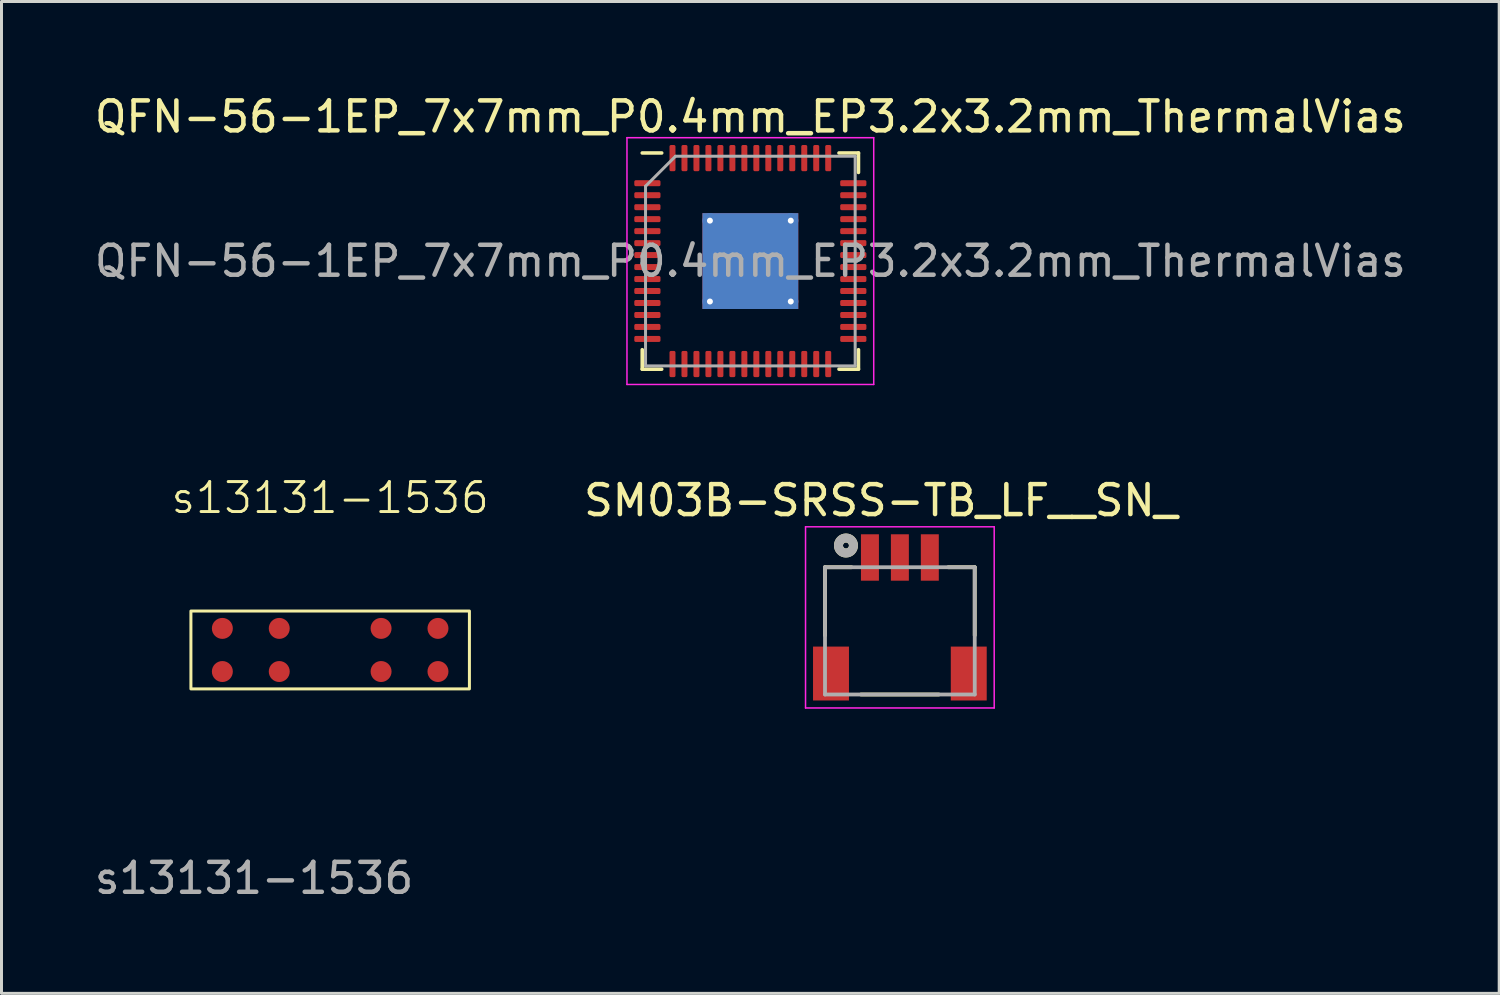
<source format=kicad_pcb>
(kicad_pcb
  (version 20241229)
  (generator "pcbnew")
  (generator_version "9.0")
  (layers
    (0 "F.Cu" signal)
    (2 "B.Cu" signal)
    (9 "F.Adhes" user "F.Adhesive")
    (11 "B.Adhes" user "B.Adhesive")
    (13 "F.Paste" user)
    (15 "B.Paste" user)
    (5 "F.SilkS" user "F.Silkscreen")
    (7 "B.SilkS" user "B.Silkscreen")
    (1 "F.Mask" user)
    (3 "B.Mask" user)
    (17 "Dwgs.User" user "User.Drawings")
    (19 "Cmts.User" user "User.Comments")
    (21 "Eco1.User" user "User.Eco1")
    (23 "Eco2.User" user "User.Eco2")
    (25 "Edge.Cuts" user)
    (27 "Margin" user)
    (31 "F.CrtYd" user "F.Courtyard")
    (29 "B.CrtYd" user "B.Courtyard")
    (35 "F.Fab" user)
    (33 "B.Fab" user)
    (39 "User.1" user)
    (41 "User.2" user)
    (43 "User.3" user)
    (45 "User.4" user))
  (footprint "s13131-1536"
    (layer "F.Cu")
    (at 7.975 18.654)
    (property "Reference" "s13131-1536" (at 0 -5.08 0) (unlocked yes) (layer "F.SilkS") (effects (font (size 1 1) (thickness 0.1))))
    (attr smd)
    (fp_rect (start -4.65 -1.3) (end 4.65 1.3) (stroke (width 0.1) (type default)) (fill no) (layer "F.SilkS"))
    (fp_text user "${REFERENCE}" (at -2.54 7.62 0) (unlocked yes) (layer "F.Fab") (effects (font (size 1 1) (thickness 0.15))))
    (pad "1" smd circle (at -3.6 0.72) (size 0.7 0.7) (layers "F.Cu" "F.Mask" "F.Paste"))
    (pad "2" smd circle (at -1.7 0.72) (size 0.7 0.7) (layers "F.Cu" "F.Mask" "F.Paste"))
    (pad "3" smd circle (at 1.7 0.72) (size 0.7 0.7) (layers "F.Cu" "F.Mask" "F.Paste"))
    (pad "4" smd circle (at 3.6 0.72) (size 0.7 0.7) (layers "F.Cu" "F.Mask" "F.Paste"))
    (pad "5" smd circle (at 3.6 -0.72) (size 0.7 0.7) (layers "F.Cu" "F.Mask" "F.Paste"))
    (pad "6" smd circle (at 1.7 -0.72) (size 0.7 0.7) (layers "F.Cu" "F.Mask" "F.Paste"))
    (pad "7" smd circle (at -1.7 -0.72) (size 0.7 0.7) (layers "F.Cu" "F.Mask" "F.Paste"))
    (pad "8" smd circle (at -3.6 -0.72) (size 0.7 0.7) (layers "F.Cu" "F.Mask" "F.Paste")))
  (footprint "SM03B-SRSS-TB_LF__SN_"
    (layer "F.Cu")
    (at 26.999 15.566)
    (property "Reference" "SM03B-SRSS-TB_LF__SN_" (at -0.635 -1.905 0) (layer "F.SilkS") (effects (font (size 1 1) (thickness 0.15))))
    (attr smd)
    (fp_line (start -2.5 0.325) (end -2.5 2.6) (stroke (width 0.127) (type solid)) (layer "F.SilkS"))
    (fp_line (start -1.615 0.325) (end -2.5 0.325) (stroke (width 0.127) (type solid)) (layer "F.SilkS"))
    (fp_line (start -1.3 4.575) (end 1.3 4.575) (stroke (width 0.127) (type solid)) (layer "F.SilkS"))
    (fp_line (start 2.5 0.325) (end 1.615 0.325) (stroke (width 0.127) (type solid)) (layer "F.SilkS"))
    (fp_line (start 2.5 2.6) (end 2.5 0.325) (stroke (width 0.127) (type solid)) (layer "F.SilkS"))
    (fp_circle (center -1.8 -0.4) (end -1.7 -0.4) (stroke (width 0.3) (type solid)) (fill no) (layer "F.SilkS"))
    (fp_line (start -3.15 -1.025) (end 3.15 -1.025) (stroke (width 0.05) (type solid)) (layer "F.CrtYd"))
    (fp_line (start -3.15 5.025) (end -3.15 -1.025) (stroke (width 0.05) (type solid)) (layer "F.CrtYd"))
    (fp_line (start 3.15 -1.025) (end 3.15 5.025) (stroke (width 0.05) (type solid)) (layer "F.CrtYd"))
    (fp_line (start 3.15 5.025) (end -3.15 5.025) (stroke (width 0.05) (type solid)) (layer "F.CrtYd"))
    (fp_line (start -2.5 0.325) (end 2.5 0.325) (stroke (width 0.127) (type solid)) (layer "F.Fab"))
    (fp_line (start -2.5 4.575) (end -2.5 0.325) (stroke (width 0.127) (type solid)) (layer "F.Fab"))
    (fp_line (start 2.5 0.325) (end 2.5 4.575) (stroke (width 0.127) (type solid)) (layer "F.Fab"))
    (fp_line (start 2.5 4.575) (end -2.5 4.575) (stroke (width 0.127) (type solid)) (layer "F.Fab"))
    (fp_circle (center -1.8 -0.4) (end -1.7 -0.4) (stroke (width 0.3) (type solid)) (fill no) (layer "F.Fab"))
    (pad "1" smd rect (at -1 0 90) (size 1.55 0.6) (layers "F.Cu" "F.Mask" "F.Paste"))
    (pad "2" smd rect (at 0 0 90) (size 1.55 0.6) (layers "F.Cu" "F.Mask" "F.Paste"))
    (pad "3" smd rect (at 1 0 90) (size 1.55 0.6) (layers "F.Cu" "F.Mask" "F.Paste"))
    (pad "S1" smd rect (at -2.3 3.875 180) (size 1.2 1.8) (layers "F.Cu" "F.Mask" "F.Paste"))
    (pad "S2" smd rect (at 2.3 3.875 180) (size 1.2 1.8) (layers "F.Cu" "F.Mask" "F.Paste")))
  (footprint "QFN-56-1EP_7x7mm_P0.4mm_EP3.2x3.2mm_ThermalVias"
    (layer "F.Cu")
    (at 22.006 5.668)
    (property "Reference" "QFN-56-1EP_7x7mm_P0.4mm_EP3.2x3.2mm_ThermalVias" (at 0 -4.82 0) (layer "F.SilkS") (effects (font (size 1 1) (thickness 0.15))))
    (attr smd)
    (fp_line (start -3.61 3.61) (end -3.61 2.96) (stroke (width 0.12) (type solid)) (layer "F.SilkS"))
    (fp_line (start -2.96 -3.61) (end -3.61 -3.61) (stroke (width 0.12) (type solid)) (layer "F.SilkS"))
    (fp_line (start -2.96 3.61) (end -3.61 3.61) (stroke (width 0.12) (type solid)) (layer "F.SilkS"))
    (fp_line (start 2.96 -3.61) (end 3.61 -3.61) (stroke (width 0.12) (type solid)) (layer "F.SilkS"))
    (fp_line (start 2.96 3.61) (end 3.61 3.61) (stroke (width 0.12) (type solid)) (layer "F.SilkS"))
    (fp_line (start 3.61 -3.61) (end 3.61 -2.96) (stroke (width 0.12) (type solid)) (layer "F.SilkS"))
    (fp_line (start 3.61 3.61) (end 3.61 2.96) (stroke (width 0.12) (type solid)) (layer "F.SilkS"))
    (fp_line (start -4.12 -4.12) (end -4.12 4.12) (stroke (width 0.05) (type solid)) (layer "F.CrtYd"))
    (fp_line (start -4.12 4.12) (end 4.12 4.12) (stroke (width 0.05) (type solid)) (layer "F.CrtYd"))
    (fp_line (start 4.12 -4.12) (end -4.12 -4.12) (stroke (width 0.05) (type solid)) (layer "F.CrtYd"))
    (fp_line (start 4.12 4.12) (end 4.12 -4.12) (stroke (width 0.05) (type solid)) (layer "F.CrtYd"))
    (fp_line (start -3.5 -2.5) (end -2.5 -3.5) (stroke (width 0.1) (type solid)) (layer "F.Fab"))
    (fp_line (start -3.5 3.5) (end -3.5 -2.5) (stroke (width 0.1) (type solid)) (layer "F.Fab"))
    (fp_line (start -2.5 -3.5) (end 3.5 -3.5) (stroke (width 0.1) (type solid)) (layer "F.Fab"))
    (fp_line (start 3.5 -3.5) (end 3.5 3.5) (stroke (width 0.1) (type solid)) (layer "F.Fab"))
    (fp_line (start 3.5 3.5) (end -3.5 3.5) (stroke (width 0.1) (type solid)) (layer "F.Fab"))
    (fp_text user "${REFERENCE}" (at 0 0 0) (layer "F.Fab") (effects (font (size 1 1) (thickness 0.15))))
    (pad "" smd custom (at -0.675 -0.675) (size 1.118 1.118) (layers "F.Paste") (options (anchor circle)) (primitives (gr_poly (pts (xy -0.498 -0.397) (xy -0.397 -0.498) (xy 0.498 -0.498) (xy 0.498 0.498) (xy -0.498 0.498)) (width 0.244) (fill yes))))
    (pad "" smd custom (at -0.675 0.675) (size 1.118 1.118) (layers "F.Paste") (options (anchor circle)) (primitives (gr_poly (pts (xy -0.498 -0.498) (xy 0.498 -0.498) (xy 0.498 0.498) (xy -0.397 0.498) (xy -0.498 0.397)) (width 0.244) (fill yes))))
    (pad "" smd custom (at 0.675 -0.675) (size 1.118 1.118) (layers "F.Paste") (options (anchor circle)) (primitives (gr_poly (pts (xy -0.498 -0.498) (xy 0.397 -0.498) (xy 0.498 -0.397) (xy 0.498 0.498) (xy -0.498 0.498)) (width 0.244) (fill yes))))
    (pad "" smd custom (at 0.675 0.675) (size 1.118 1.118) (layers "F.Paste") (options (anchor circle)) (primitives (gr_poly (pts (xy -0.498 -0.498) (xy 0.498 -0.498) (xy 0.498 0.397) (xy 0.397 0.498) (xy -0.498 0.498)) (width 0.244) (fill yes))))
    (pad "1" smd roundrect (at -3.438 -2.6) (size 0.875 0.2) (layers "F.Cu" "F.Mask" "F.Paste") (roundrect_rratio 0.25))
    (pad "2" smd roundrect (at -3.438 -2.2) (size 0.875 0.2) (layers "F.Cu" "F.Mask" "F.Paste") (roundrect_rratio 0.25))
    (pad "3" smd roundrect (at -3.438 -1.8) (size 0.875 0.2) (layers "F.Cu" "F.Mask" "F.Paste") (roundrect_rratio 0.25))
    (pad "4" smd roundrect (at -3.438 -1.4) (size 0.875 0.2) (layers "F.Cu" "F.Mask" "F.Paste") (roundrect_rratio 0.25))
    (pad "5" smd roundrect (at -3.438 -1) (size 0.875 0.2) (layers "F.Cu" "F.Mask" "F.Paste") (roundrect_rratio 0.25))
    (pad "6" smd roundrect (at -3.438 -0.6) (size 0.875 0.2) (layers "F.Cu" "F.Mask" "F.Paste") (roundrect_rratio 0.25))
    (pad "7" smd roundrect (at -3.438 -0.2) (size 0.875 0.2) (layers "F.Cu" "F.Mask" "F.Paste") (roundrect_rratio 0.25))
    (pad "8" smd roundrect (at -3.438 0.2) (size 0.875 0.2) (layers "F.Cu" "F.Mask" "F.Paste") (roundrect_rratio 0.25))
    (pad "9" smd roundrect (at -3.438 0.6) (size 0.875 0.2) (layers "F.Cu" "F.Mask" "F.Paste") (roundrect_rratio 0.25))
    (pad "10" smd roundrect (at -3.438 1) (size 0.875 0.2) (layers "F.Cu" "F.Mask" "F.Paste") (roundrect_rratio 0.25))
    (pad "11" smd roundrect (at -3.438 1.4) (size 0.875 0.2) (layers "F.Cu" "F.Mask" "F.Paste") (roundrect_rratio 0.25))
    (pad "12" smd roundrect (at -3.438 1.8) (size 0.875 0.2) (layers "F.Cu" "F.Mask" "F.Paste") (roundrect_rratio 0.25))
    (pad "13" smd roundrect (at -3.438 2.2) (size 0.875 0.2) (layers "F.Cu" "F.Mask" "F.Paste") (roundrect_rratio 0.25))
    (pad "14" smd roundrect (at -3.438 2.6) (size 0.875 0.2) (layers "F.Cu" "F.Mask" "F.Paste") (roundrect_rratio 0.25))
    (pad "15" smd roundrect (at -2.6 3.438) (size 0.2 0.875) (layers "F.Cu" "F.Mask" "F.Paste") (roundrect_rratio 0.25))
    (pad "16" smd roundrect (at -2.2 3.438) (size 0.2 0.875) (layers "F.Cu" "F.Mask" "F.Paste") (roundrect_rratio 0.25))
    (pad "17" smd roundrect (at -1.8 3.438) (size 0.2 0.875) (layers "F.Cu" "F.Mask" "F.Paste") (roundrect_rratio 0.25))
    (pad "18" smd roundrect (at -1.4 3.438) (size 0.2 0.875) (layers "F.Cu" "F.Mask" "F.Paste") (roundrect_rratio 0.25))
    (pad "19" smd roundrect (at -1 3.438) (size 0.2 0.875) (layers "F.Cu" "F.Mask" "F.Paste") (roundrect_rratio 0.25))
    (pad "20" smd roundrect (at -0.6 3.438) (size 0.2 0.875) (layers "F.Cu" "F.Mask" "F.Paste") (roundrect_rratio 0.25))
    (pad "21" smd roundrect (at -0.2 3.438) (size 0.2 0.875) (layers "F.Cu" "F.Mask" "F.Paste") (roundrect_rratio 0.25))
    (pad "22" smd roundrect (at 0.2 3.438) (size 0.2 0.875) (layers "F.Cu" "F.Mask" "F.Paste") (roundrect_rratio 0.25))
    (pad "23" smd roundrect (at 0.6 3.438) (size 0.2 0.875) (layers "F.Cu" "F.Mask" "F.Paste") (roundrect_rratio 0.25))
    (pad "24" smd roundrect (at 1 3.438) (size 0.2 0.875) (layers "F.Cu" "F.Mask" "F.Paste") (roundrect_rratio 0.25))
    (pad "25" smd roundrect (at 1.4 3.438) (size 0.2 0.875) (layers "F.Cu" "F.Mask" "F.Paste") (roundrect_rratio 0.25))
    (pad "26" smd roundrect (at 1.8 3.438) (size 0.2 0.875) (layers "F.Cu" "F.Mask" "F.Paste") (roundrect_rratio 0.25))
    (pad "27" smd roundrect (at 2.2 3.438) (size 0.2 0.875) (layers "F.Cu" "F.Mask" "F.Paste") (roundrect_rratio 0.25))
    (pad "28" smd roundrect (at 2.6 3.438) (size 0.2 0.875) (layers "F.Cu" "F.Mask" "F.Paste") (roundrect_rratio 0.25))
    (pad "29" smd roundrect (at 3.438 2.6) (size 0.875 0.2) (layers "F.Cu" "F.Mask" "F.Paste") (roundrect_rratio 0.25))
    (pad "30" smd roundrect (at 3.438 2.2) (size 0.875 0.2) (layers "F.Cu" "F.Mask" "F.Paste") (roundrect_rratio 0.25))
    (pad "31" smd roundrect (at 3.438 1.8) (size 0.875 0.2) (layers "F.Cu" "F.Mask" "F.Paste") (roundrect_rratio 0.25))
    (pad "32" smd roundrect (at 3.438 1.4) (size 0.875 0.2) (layers "F.Cu" "F.Mask" "F.Paste") (roundrect_rratio 0.25))
    (pad "33" smd roundrect (at 3.438 1) (size 0.875 0.2) (layers "F.Cu" "F.Mask" "F.Paste") (roundrect_rratio 0.25))
    (pad "34" smd roundrect (at 3.438 0.6) (size 0.875 0.2) (layers "F.Cu" "F.Mask" "F.Paste") (roundrect_rratio 0.25))
    (pad "35" smd roundrect (at 3.438 0.2) (size 0.875 0.2) (layers "F.Cu" "F.Mask" "F.Paste") (roundrect_rratio 0.25))
    (pad "36" smd roundrect (at 3.438 -0.2) (size 0.875 0.2) (layers "F.Cu" "F.Mask" "F.Paste") (roundrect_rratio 0.25))
    (pad "37" smd roundrect (at 3.438 -0.6) (size 0.875 0.2) (layers "F.Cu" "F.Mask" "F.Paste") (roundrect_rratio 0.25))
    (pad "38" smd roundrect (at 3.438 -1) (size 0.875 0.2) (layers "F.Cu" "F.Mask" "F.Paste") (roundrect_rratio 0.25))
    (pad "39" smd roundrect (at 3.438 -1.4) (size 0.875 0.2) (layers "F.Cu" "F.Mask" "F.Paste") (roundrect_rratio 0.25))
    (pad "40" smd roundrect (at 3.438 -1.8) (size 0.875 0.2) (layers "F.Cu" "F.Mask" "F.Paste") (roundrect_rratio 0.25))
    (pad "41" smd roundrect (at 3.438 -2.2) (size 0.875 0.2) (layers "F.Cu" "F.Mask" "F.Paste") (roundrect_rratio 0.25))
    (pad "42" smd roundrect (at 3.438 -2.6) (size 0.875 0.2) (layers "F.Cu" "F.Mask" "F.Paste") (roundrect_rratio 0.25))
    (pad "43" smd roundrect (at 2.6 -3.438) (size 0.2 0.875) (layers "F.Cu" "F.Mask" "F.Paste") (roundrect_rratio 0.25))
    (pad "44" smd roundrect (at 2.2 -3.438) (size 0.2 0.875) (layers "F.Cu" "F.Mask" "F.Paste") (roundrect_rratio 0.25))
    (pad "45" smd roundrect (at 1.8 -3.438) (size 0.2 0.875) (layers "F.Cu" "F.Mask" "F.Paste") (roundrect_rratio 0.25))
    (pad "46" smd roundrect (at 1.4 -3.438) (size 0.2 0.875) (layers "F.Cu" "F.Mask" "F.Paste") (roundrect_rratio 0.25))
    (pad "47" smd roundrect (at 1 -3.438) (size 0.2 0.875) (layers "F.Cu" "F.Mask" "F.Paste") (roundrect_rratio 0.25))
    (pad "48" smd roundrect (at 0.6 -3.438) (size 0.2 0.875) (layers "F.Cu" "F.Mask" "F.Paste") (roundrect_rratio 0.25))
    (pad "49" smd roundrect (at 0.2 -3.438) (size 0.2 0.875) (layers "F.Cu" "F.Mask" "F.Paste") (roundrect_rratio 0.25))
    (pad "50" smd roundrect (at -0.2 -3.438) (size 0.2 0.875) (layers "F.Cu" "F.Mask" "F.Paste") (roundrect_rratio 0.25))
    (pad "51" smd roundrect (at -0.6 -3.438) (size 0.2 0.875) (layers "F.Cu" "F.Mask" "F.Paste") (roundrect_rratio 0.25))
    (pad "52" smd roundrect (at -1 -3.438) (size 0.2 0.875) (layers "F.Cu" "F.Mask" "F.Paste") (roundrect_rratio 0.25))
    (pad "53" smd roundrect (at -1.4 -3.438) (size 0.2 0.875) (layers "F.Cu" "F.Mask" "F.Paste") (roundrect_rratio 0.25))
    (pad "54" smd roundrect (at -1.8 -3.438) (size 0.2 0.875) (layers "F.Cu" "F.Mask" "F.Paste") (roundrect_rratio 0.25))
    (pad "55" smd roundrect (at -2.2 -3.438) (size 0.2 0.875) (layers "F.Cu" "F.Mask" "F.Paste") (roundrect_rratio 0.25))
    (pad "56" smd roundrect (at -2.6 -3.438) (size 0.2 0.875) (layers "F.Cu" "F.Mask" "F.Paste") (roundrect_rratio 0.25))
    (pad "57" thru_hole circle (at -1.35 -1.35) (size 0.5 0.5) (drill 0.2) (layers "*.Cu"))
    (pad "57" thru_hole circle (at -1.35 1.35) (size 0.5 0.5) (drill 0.2) (layers "*.Cu"))
    (pad "57" smd rect (at 0 0) (size 3.2 3.2) (layers "F.Cu" "F.Mask"))
    (pad "57" smd rect (at 0 0) (size 3.2 3.2) (layers "B.Cu"))
    (pad "57" thru_hole circle (at 1.35 -1.35) (size 0.5 0.5) (drill 0.2) (layers "*.Cu"))
    (pad "57" thru_hole circle (at 1.35 1.35) (size 0.5 0.5) (drill 0.2) (layers "*.Cu")))
  (gr_rect
    (start -3 -3)
    (end 47.012 30.122)
    (stroke (width 0.1) (type default))
    (fill no)
    (layer "Edge.Cuts")))
</source>
